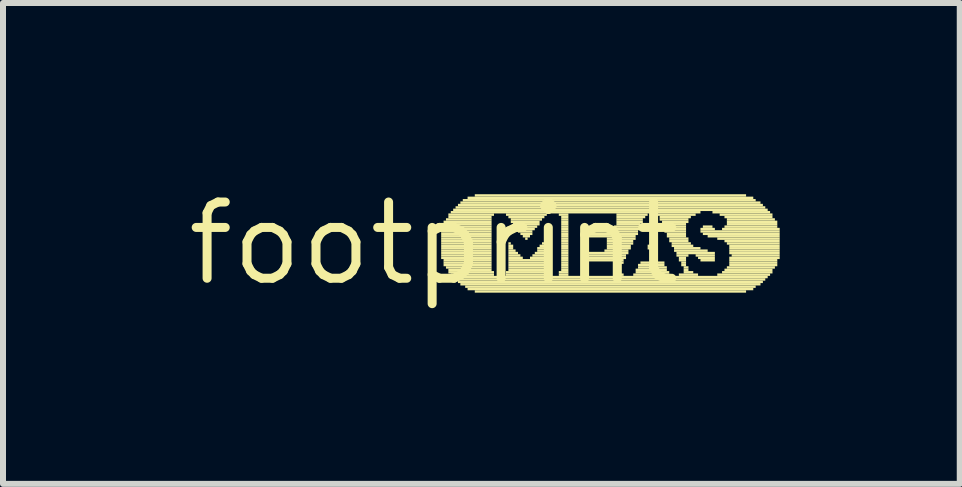
<source format=kicad_pcb>
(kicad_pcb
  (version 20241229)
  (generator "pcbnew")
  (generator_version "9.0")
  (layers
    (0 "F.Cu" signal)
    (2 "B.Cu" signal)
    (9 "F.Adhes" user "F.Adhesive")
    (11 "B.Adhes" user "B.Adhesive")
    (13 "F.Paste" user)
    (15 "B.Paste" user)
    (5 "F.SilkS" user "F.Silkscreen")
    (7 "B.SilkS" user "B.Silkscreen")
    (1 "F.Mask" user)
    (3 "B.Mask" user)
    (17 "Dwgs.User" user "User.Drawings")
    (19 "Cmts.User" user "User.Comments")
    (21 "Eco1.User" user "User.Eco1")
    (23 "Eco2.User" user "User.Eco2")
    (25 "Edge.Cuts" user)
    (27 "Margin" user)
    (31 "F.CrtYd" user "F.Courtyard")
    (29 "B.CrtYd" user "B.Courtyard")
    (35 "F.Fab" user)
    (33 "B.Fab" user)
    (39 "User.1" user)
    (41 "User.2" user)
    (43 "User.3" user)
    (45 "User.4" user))
  (footprint "footprint"
    (layer "F.Cu")
    (at 4.18 1.006)
    (property "Reference" "footprint" (at 0 0 0) (layer "F.SilkS") (effects (font (size 1.27 1.27) (thickness 0.15))))
    (fp_poly (pts (xy 0.12 -0.22) (xy 0.96 -0.22) (xy 0.96 -0.26) (xy 0.12 -0.26)) (stroke (width 0) (type solid)) (fill yes) (layer "F.SilkS"))
    (fp_poly (pts (xy 0.12 -0.18) (xy 0.96 -0.18) (xy 0.96 -0.22) (xy 0.12 -0.22)) (stroke (width 0) (type solid)) (fill yes) (layer "F.SilkS"))
    (fp_poly (pts (xy 0.12 -0.14) (xy 0.96 -0.14) (xy 0.96 -0.18) (xy 0.12 -0.18)) (stroke (width 0) (type solid)) (fill yes) (layer "F.SilkS"))
    (fp_poly (pts (xy 0.12 -0.1) (xy 0.96 -0.1) (xy 0.96 -0.14) (xy 0.12 -0.14)) (stroke (width 0) (type solid)) (fill yes) (layer "F.SilkS"))
    (fp_poly (pts (xy 0.12 -0.06) (xy 0.96 -0.06) (xy 0.96 -0.1) (xy 0.12 -0.1)) (stroke (width 0) (type solid)) (fill yes) (layer "F.SilkS"))
    (fp_poly (pts (xy 0.12 -0.02) (xy 0.96 -0.02) (xy 0.96 -0.06) (xy 0.12 -0.06)) (stroke (width 0) (type solid)) (fill yes) (layer "F.SilkS"))
    (fp_poly (pts (xy 0.12 0.02) (xy 0.96 0.02) (xy 0.96 -0.02) (xy 0.12 -0.02)) (stroke (width 0) (type solid)) (fill yes) (layer "F.SilkS"))
    (fp_poly (pts (xy 0.12 0.06) (xy 0.96 0.06) (xy 0.96 0.02) (xy 0.12 0.02)) (stroke (width 0) (type solid)) (fill yes) (layer "F.SilkS"))
    (fp_poly (pts (xy 0.12 0.1) (xy 0.96 0.1) (xy 0.96 0.06) (xy 0.12 0.06)) (stroke (width 0) (type solid)) (fill yes) (layer "F.SilkS"))
    (fp_poly (pts (xy 0.12 0.14) (xy 0.96 0.14) (xy 0.96 0.1) (xy 0.12 0.1)) (stroke (width 0) (type solid)) (fill yes) (layer "F.SilkS"))
    (fp_poly (pts (xy 0.12 0.18) (xy 0.96 0.18) (xy 0.96 0.14) (xy 0.12 0.14)) (stroke (width 0) (type solid)) (fill yes) (layer "F.SilkS"))
    (fp_poly (pts (xy 0.12 0.22) (xy 0.96 0.22) (xy 0.96 0.18) (xy 0.12 0.18)) (stroke (width 0) (type solid)) (fill yes) (layer "F.SilkS"))
    (fp_poly (pts (xy 0.12 0.26) (xy 0.96 0.26) (xy 0.96 0.22) (xy 0.12 0.22)) (stroke (width 0) (type solid)) (fill yes) (layer "F.SilkS"))
    (fp_poly (pts (xy 0.16 -0.34) (xy 0.96 -0.34) (xy 0.96 -0.38) (xy 0.16 -0.38)) (stroke (width 0) (type solid)) (fill yes) (layer "F.SilkS"))
    (fp_poly (pts (xy 0.16 -0.3) (xy 0.96 -0.3) (xy 0.96 -0.34) (xy 0.16 -0.34)) (stroke (width 0) (type solid)) (fill yes) (layer "F.SilkS"))
    (fp_poly (pts (xy 0.16 -0.26) (xy 0.96 -0.26) (xy 0.96 -0.3) (xy 0.16 -0.3)) (stroke (width 0) (type solid)) (fill yes) (layer "F.SilkS"))
    (fp_poly (pts (xy 0.16 0.3) (xy 0.96 0.3) (xy 0.96 0.26) (xy 0.16 0.26)) (stroke (width 0) (type solid)) (fill yes) (layer "F.SilkS"))
    (fp_poly (pts (xy 0.16 0.34) (xy 0.96 0.34) (xy 0.96 0.3) (xy 0.16 0.3)) (stroke (width 0) (type solid)) (fill yes) (layer "F.SilkS"))
    (fp_poly (pts (xy 0.16 0.38) (xy 0.96 0.38) (xy 0.96 0.34) (xy 0.16 0.34)) (stroke (width 0) (type solid)) (fill yes) (layer "F.SilkS"))
    (fp_poly (pts (xy 0.2 -0.38) (xy 0.96 -0.38) (xy 0.96 -0.42) (xy 0.2 -0.42)) (stroke (width 0) (type solid)) (fill yes) (layer "F.SilkS"))
    (fp_poly (pts (xy 0.2 0.42) (xy 0.96 0.42) (xy 0.96 0.38) (xy 0.2 0.38)) (stroke (width 0) (type solid)) (fill yes) (layer "F.SilkS"))
    (fp_poly (pts (xy 0.24 -0.46) (xy 1 -0.46) (xy 1 -0.5) (xy 0.24 -0.5)) (stroke (width 0) (type solid)) (fill yes) (layer "F.SilkS"))
    (fp_poly (pts (xy 0.24 -0.42) (xy 0.96 -0.42) (xy 0.96 -0.46) (xy 0.24 -0.46)) (stroke (width 0) (type solid)) (fill yes) (layer "F.SilkS"))
    (fp_poly (pts (xy 0.24 0.46) (xy 0.96 0.46) (xy 0.96 0.42) (xy 0.24 0.42)) (stroke (width 0) (type solid)) (fill yes) (layer "F.SilkS"))
    (fp_poly (pts (xy 0.24 0.5) (xy 1 0.5) (xy 1 0.46) (xy 0.24 0.46)) (stroke (width 0) (type solid)) (fill yes) (layer "F.SilkS"))
    (fp_poly (pts (xy 0.28 -0.5) (xy 4.44 -0.5) (xy 4.44 -0.54) (xy 0.28 -0.54)) (stroke (width 0) (type solid)) (fill yes) (layer "F.SilkS"))
    (fp_poly (pts (xy 0.28 0.54) (xy 1 0.54) (xy 1 0.5) (xy 0.28 0.5)) (stroke (width 0) (type solid)) (fill yes) (layer "F.SilkS"))
    (fp_poly (pts (xy 0.32 -0.54) (xy 5.56 -0.54) (xy 5.56 -0.58) (xy 0.32 -0.58)) (stroke (width 0) (type solid)) (fill yes) (layer "F.SilkS"))
    (fp_poly (pts (xy 0.32 0.58) (xy 5.56 0.58) (xy 5.56 0.54) (xy 0.32 0.54)) (stroke (width 0) (type solid)) (fill yes) (layer "F.SilkS"))
    (fp_poly (pts (xy 0.36 -0.58) (xy 5.52 -0.58) (xy 5.52 -0.62) (xy 0.36 -0.62)) (stroke (width 0) (type solid)) (fill yes) (layer "F.SilkS"))
    (fp_poly (pts (xy 0.36 0.62) (xy 5.52 0.62) (xy 5.52 0.58) (xy 0.36 0.58)) (stroke (width 0) (type solid)) (fill yes) (layer "F.SilkS"))
    (fp_poly (pts (xy 0.4 -0.62) (xy 5.48 -0.62) (xy 5.48 -0.66) (xy 0.4 -0.66)) (stroke (width 0) (type solid)) (fill yes) (layer "F.SilkS"))
    (fp_poly (pts (xy 0.4 0.66) (xy 5.48 0.66) (xy 5.48 0.62) (xy 0.4 0.62)) (stroke (width 0) (type solid)) (fill yes) (layer "F.SilkS"))
    (fp_poly (pts (xy 0.44 -0.66) (xy 5.44 -0.66) (xy 5.44 -0.7) (xy 0.44 -0.7)) (stroke (width 0) (type solid)) (fill yes) (layer "F.SilkS"))
    (fp_poly (pts (xy 0.44 0.7) (xy 5.44 0.7) (xy 5.44 0.66) (xy 0.44 0.66)) (stroke (width 0) (type solid)) (fill yes) (layer "F.SilkS"))
    (fp_poly (pts (xy 0.48 -0.7) (xy 5.36 -0.7) (xy 5.36 -0.74) (xy 0.48 -0.74)) (stroke (width 0) (type solid)) (fill yes) (layer "F.SilkS"))
    (fp_poly (pts (xy 0.52 0.74) (xy 5.36 0.74) (xy 5.36 0.7) (xy 0.52 0.7)) (stroke (width 0) (type solid)) (fill yes) (layer "F.SilkS"))
    (fp_poly (pts (xy 0.56 -0.74) (xy 5.32 -0.74) (xy 5.32 -0.78) (xy 0.56 -0.78)) (stroke (width 0) (type solid)) (fill yes) (layer "F.SilkS"))
    (fp_poly (pts (xy 0.56 0.78) (xy 5.32 0.78) (xy 5.32 0.74) (xy 0.56 0.74)) (stroke (width 0) (type solid)) (fill yes) (layer "F.SilkS"))
    (fp_poly (pts (xy 0.68 -0.78) (xy 5.2 -0.78) (xy 5.2 -0.82) (xy 0.68 -0.82)) (stroke (width 0) (type solid)) (fill yes) (layer "F.SilkS"))
    (fp_poly (pts (xy 0.68 0.82) (xy 5.2 0.82) (xy 5.2 0.78) (xy 0.68 0.78)) (stroke (width 0) (type solid)) (fill yes) (layer "F.SilkS"))
    (fp_poly (pts (xy 1.2 -0.46) (xy 1.88 -0.46) (xy 1.88 -0.5) (xy 1.2 -0.5)) (stroke (width 0) (type solid)) (fill yes) (layer "F.SilkS"))
    (fp_poly (pts (xy 1.2 0.5) (xy 1.88 0.5) (xy 1.88 0.46) (xy 1.2 0.46)) (stroke (width 0) (type solid)) (fill yes) (layer "F.SilkS"))
    (fp_poly (pts (xy 1.2 0.54) (xy 1.88 0.54) (xy 1.88 0.5) (xy 1.2 0.5)) (stroke (width 0) (type solid)) (fill yes) (layer "F.SilkS"))
    (fp_poly (pts (xy 1.24 -0.42) (xy 1.84 -0.42) (xy 1.84 -0.46) (xy 1.24 -0.46)) (stroke (width 0) (type solid)) (fill yes) (layer "F.SilkS"))
    (fp_poly (pts (xy 1.24 0.02) (xy 1.28 0.02) (xy 1.28 -0.02) (xy 1.24 -0.02)) (stroke (width 0) (type solid)) (fill yes) (layer "F.SilkS"))
    (fp_poly (pts (xy 1.24 0.06) (xy 1.32 0.06) (xy 1.32 0.02) (xy 1.24 0.02)) (stroke (width 0) (type solid)) (fill yes) (layer "F.SilkS"))
    (fp_poly (pts (xy 1.24 0.1) (xy 1.32 0.1) (xy 1.32 0.06) (xy 1.24 0.06)) (stroke (width 0) (type solid)) (fill yes) (layer "F.SilkS"))
    (fp_poly (pts (xy 1.24 0.14) (xy 1.36 0.14) (xy 1.36 0.1) (xy 1.24 0.1)) (stroke (width 0) (type solid)) (fill yes) (layer "F.SilkS"))
    (fp_poly (pts (xy 1.24 0.18) (xy 1.4 0.18) (xy 1.4 0.14) (xy 1.24 0.14)) (stroke (width 0) (type solid)) (fill yes) (layer "F.SilkS"))
    (fp_poly (pts (xy 1.24 0.22) (xy 1.44 0.22) (xy 1.44 0.18) (xy 1.24 0.18)) (stroke (width 0) (type solid)) (fill yes) (layer "F.SilkS"))
    (fp_poly (pts (xy 1.24 0.26) (xy 1.48 0.26) (xy 1.48 0.22) (xy 1.24 0.22)) (stroke (width 0) (type solid)) (fill yes) (layer "F.SilkS"))
    (fp_poly (pts (xy 1.24 0.3) (xy 1.84 0.3) (xy 1.84 0.26) (xy 1.24 0.26)) (stroke (width 0) (type solid)) (fill yes) (layer "F.SilkS"))
    (fp_poly (pts (xy 1.24 0.34) (xy 1.84 0.34) (xy 1.84 0.3) (xy 1.24 0.3)) (stroke (width 0) (type solid)) (fill yes) (layer "F.SilkS"))
    (fp_poly (pts (xy 1.24 0.38) (xy 1.84 0.38) (xy 1.84 0.34) (xy 1.24 0.34)) (stroke (width 0) (type solid)) (fill yes) (layer "F.SilkS"))
    (fp_poly (pts (xy 1.24 0.42) (xy 1.84 0.42) (xy 1.84 0.38) (xy 1.24 0.38)) (stroke (width 0) (type solid)) (fill yes) (layer "F.SilkS"))
    (fp_poly (pts (xy 1.24 0.46) (xy 1.84 0.46) (xy 1.84 0.42) (xy 1.24 0.42)) (stroke (width 0) (type solid)) (fill yes) (layer "F.SilkS"))
    (fp_poly (pts (xy 1.28 -0.38) (xy 1.8 -0.38) (xy 1.8 -0.42) (xy 1.28 -0.42)) (stroke (width 0) (type solid)) (fill yes) (layer "F.SilkS"))
    (fp_poly (pts (xy 1.28 -0.34) (xy 1.76 -0.34) (xy 1.76 -0.38) (xy 1.28 -0.38)) (stroke (width 0) (type solid)) (fill yes) (layer "F.SilkS"))
    (fp_poly (pts (xy 1.32 -0.3) (xy 1.76 -0.3) (xy 1.76 -0.34) (xy 1.32 -0.34)) (stroke (width 0) (type solid)) (fill yes) (layer "F.SilkS"))
    (fp_poly (pts (xy 1.36 -0.26) (xy 1.72 -0.26) (xy 1.72 -0.3) (xy 1.36 -0.3)) (stroke (width 0) (type solid)) (fill yes) (layer "F.SilkS"))
    (fp_poly (pts (xy 1.4 -0.22) (xy 1.68 -0.22) (xy 1.68 -0.26) (xy 1.4 -0.26)) (stroke (width 0) (type solid)) (fill yes) (layer "F.SilkS"))
    (fp_poly (pts (xy 1.4 -0.18) (xy 1.64 -0.18) (xy 1.64 -0.22) (xy 1.4 -0.22)) (stroke (width 0) (type solid)) (fill yes) (layer "F.SilkS"))
    (fp_poly (pts (xy 1.44 -0.14) (xy 1.64 -0.14) (xy 1.64 -0.18) (xy 1.44 -0.18)) (stroke (width 0) (type solid)) (fill yes) (layer "F.SilkS"))
    (fp_poly (pts (xy 1.48 -0.1) (xy 1.6 -0.1) (xy 1.6 -0.14) (xy 1.48 -0.14)) (stroke (width 0) (type solid)) (fill yes) (layer "F.SilkS"))
    (fp_poly (pts (xy 1.52 -0.06) (xy 1.56 -0.06) (xy 1.56 -0.1) (xy 1.52 -0.1)) (stroke (width 0) (type solid)) (fill yes) (layer "F.SilkS"))
    (fp_poly (pts (xy 1.6 0.26) (xy 1.84 0.26) (xy 1.84 0.22) (xy 1.6 0.22)) (stroke (width 0) (type solid)) (fill yes) (layer "F.SilkS"))
    (fp_poly (pts (xy 1.64 0.22) (xy 1.84 0.22) (xy 1.84 0.18) (xy 1.64 0.18)) (stroke (width 0) (type solid)) (fill yes) (layer "F.SilkS"))
    (fp_poly (pts (xy 1.68 0.18) (xy 1.84 0.18) (xy 1.84 0.14) (xy 1.68 0.14)) (stroke (width 0) (type solid)) (fill yes) (layer "F.SilkS"))
    (fp_poly (pts (xy 1.72 0.1) (xy 1.84 0.1) (xy 1.84 0.06) (xy 1.72 0.06)) (stroke (width 0) (type solid)) (fill yes) (layer "F.SilkS"))
    (fp_poly (pts (xy 1.72 0.14) (xy 1.84 0.14) (xy 1.84 0.1) (xy 1.72 0.1)) (stroke (width 0) (type solid)) (fill yes) (layer "F.SilkS"))
    (fp_poly (pts (xy 1.76 0.06) (xy 1.84 0.06) (xy 1.84 0.02) (xy 1.76 0.02)) (stroke (width 0) (type solid)) (fill yes) (layer "F.SilkS"))
    (fp_poly (pts (xy 1.8 0.02) (xy 1.84 0.02) (xy 1.84 -0.02) (xy 1.8 -0.02)) (stroke (width 0) (type solid)) (fill yes) (layer "F.SilkS"))
    (fp_poly (pts (xy 2.08 -0.46) (xy 2.24 -0.46) (xy 2.24 -0.5) (xy 2.08 -0.5)) (stroke (width 0) (type solid)) (fill yes) (layer "F.SilkS"))
    (fp_poly (pts (xy 2.08 0.5) (xy 2.24 0.5) (xy 2.24 0.46) (xy 2.08 0.46)) (stroke (width 0) (type solid)) (fill yes) (layer "F.SilkS"))
    (fp_poly (pts (xy 2.08 0.54) (xy 2.24 0.54) (xy 2.24 0.5) (xy 2.08 0.5)) (stroke (width 0) (type solid)) (fill yes) (layer "F.SilkS"))
    (fp_poly (pts (xy 2.12 -0.42) (xy 2.24 -0.42) (xy 2.24 -0.46) (xy 2.12 -0.46)) (stroke (width 0) (type solid)) (fill yes) (layer "F.SilkS"))
    (fp_poly (pts (xy 2.12 -0.38) (xy 2.24 -0.38) (xy 2.24 -0.42) (xy 2.12 -0.42)) (stroke (width 0) (type solid)) (fill yes) (layer "F.SilkS"))
    (fp_poly (pts (xy 2.12 -0.34) (xy 2.24 -0.34) (xy 2.24 -0.38) (xy 2.12 -0.38)) (stroke (width 0) (type solid)) (fill yes) (layer "F.SilkS"))
    (fp_poly (pts (xy 2.12 -0.3) (xy 2.24 -0.3) (xy 2.24 -0.34) (xy 2.12 -0.34)) (stroke (width 0) (type solid)) (fill yes) (layer "F.SilkS"))
    (fp_poly (pts (xy 2.12 -0.26) (xy 2.24 -0.26) (xy 2.24 -0.3) (xy 2.12 -0.3)) (stroke (width 0) (type solid)) (fill yes) (layer "F.SilkS"))
    (fp_poly (pts (xy 2.12 -0.22) (xy 2.24 -0.22) (xy 2.24 -0.26) (xy 2.12 -0.26)) (stroke (width 0) (type solid)) (fill yes) (layer "F.SilkS"))
    (fp_poly (pts (xy 2.12 -0.18) (xy 2.24 -0.18) (xy 2.24 -0.22) (xy 2.12 -0.22)) (stroke (width 0) (type solid)) (fill yes) (layer "F.SilkS"))
    (fp_poly (pts (xy 2.12 -0.14) (xy 2.24 -0.14) (xy 2.24 -0.18) (xy 2.12 -0.18)) (stroke (width 0) (type solid)) (fill yes) (layer "F.SilkS"))
    (fp_poly (pts (xy 2.12 -0.1) (xy 2.24 -0.1) (xy 2.24 -0.14) (xy 2.12 -0.14)) (stroke (width 0) (type solid)) (fill yes) (layer "F.SilkS"))
    (fp_poly (pts (xy 2.12 -0.06) (xy 2.24 -0.06) (xy 2.24 -0.1) (xy 2.12 -0.1)) (stroke (width 0) (type solid)) (fill yes) (layer "F.SilkS"))
    (fp_poly (pts (xy 2.12 -0.02) (xy 2.24 -0.02) (xy 2.24 -0.06) (xy 2.12 -0.06)) (stroke (width 0) (type solid)) (fill yes) (layer "F.SilkS"))
    (fp_poly (pts (xy 2.12 0.02) (xy 2.24 0.02) (xy 2.24 -0.02) (xy 2.12 -0.02)) (stroke (width 0) (type solid)) (fill yes) (layer "F.SilkS"))
    (fp_poly (pts (xy 2.12 0.06) (xy 2.24 0.06) (xy 2.24 0.02) (xy 2.12 0.02)) (stroke (width 0) (type solid)) (fill yes) (layer "F.SilkS"))
    (fp_poly (pts (xy 2.12 0.1) (xy 2.24 0.1) (xy 2.24 0.06) (xy 2.12 0.06)) (stroke (width 0) (type solid)) (fill yes) (layer "F.SilkS"))
    (fp_poly (pts (xy 2.12 0.14) (xy 2.24 0.14) (xy 2.24 0.1) (xy 2.12 0.1)) (stroke (width 0) (type solid)) (fill yes) (layer "F.SilkS"))
    (fp_poly (pts (xy 2.12 0.18) (xy 2.24 0.18) (xy 2.24 0.14) (xy 2.12 0.14)) (stroke (width 0) (type solid)) (fill yes) (layer "F.SilkS"))
    (fp_poly (pts (xy 2.12 0.22) (xy 2.24 0.22) (xy 2.24 0.18) (xy 2.12 0.18)) (stroke (width 0) (type solid)) (fill yes) (layer "F.SilkS"))
    (fp_poly (pts (xy 2.12 0.26) (xy 2.24 0.26) (xy 2.24 0.22) (xy 2.12 0.22)) (stroke (width 0) (type solid)) (fill yes) (layer "F.SilkS"))
    (fp_poly (pts (xy 2.12 0.3) (xy 2.24 0.3) (xy 2.24 0.26) (xy 2.12 0.26)) (stroke (width 0) (type solid)) (fill yes) (layer "F.SilkS"))
    (fp_poly (pts (xy 2.12 0.34) (xy 2.24 0.34) (xy 2.24 0.3) (xy 2.12 0.3)) (stroke (width 0) (type solid)) (fill yes) (layer "F.SilkS"))
    (fp_poly (pts (xy 2.12 0.38) (xy 2.24 0.38) (xy 2.24 0.34) (xy 2.12 0.34)) (stroke (width 0) (type solid)) (fill yes) (layer "F.SilkS"))
    (fp_poly (pts (xy 2.12 0.42) (xy 2.24 0.42) (xy 2.24 0.38) (xy 2.12 0.38)) (stroke (width 0) (type solid)) (fill yes) (layer "F.SilkS"))
    (fp_poly (pts (xy 2.12 0.46) (xy 2.24 0.46) (xy 2.24 0.42) (xy 2.12 0.42)) (stroke (width 0) (type solid)) (fill yes) (layer "F.SilkS"))
    (fp_poly (pts (xy 2.48 -0.22) (xy 3.44 -0.22) (xy 3.44 -0.26) (xy 2.48 -0.26)) (stroke (width 0) (type solid)) (fill yes) (layer "F.SilkS"))
    (fp_poly (pts (xy 2.48 -0.18) (xy 3.4 -0.18) (xy 3.4 -0.22) (xy 2.48 -0.22)) (stroke (width 0) (type solid)) (fill yes) (layer "F.SilkS"))
    (fp_poly (pts (xy 2.48 -0.14) (xy 3.4 -0.14) (xy 3.4 -0.18) (xy 2.48 -0.18)) (stroke (width 0) (type solid)) (fill yes) (layer "F.SilkS"))
    (fp_poly (pts (xy 2.48 -0.1) (xy 3.36 -0.1) (xy 3.36 -0.14) (xy 2.48 -0.14)) (stroke (width 0) (type solid)) (fill yes) (layer "F.SilkS"))
    (fp_poly (pts (xy 2.48 0.18) (xy 3.24 0.18) (xy 3.24 0.14) (xy 2.48 0.14)) (stroke (width 0) (type solid)) (fill yes) (layer "F.SilkS"))
    (fp_poly (pts (xy 2.48 0.22) (xy 3.2 0.22) (xy 3.2 0.18) (xy 2.48 0.18)) (stroke (width 0) (type solid)) (fill yes) (layer "F.SilkS"))
    (fp_poly (pts (xy 2.48 0.26) (xy 3.2 0.26) (xy 3.2 0.22) (xy 2.48 0.22)) (stroke (width 0) (type solid)) (fill yes) (layer "F.SilkS"))
    (fp_poly (pts (xy 2.48 0.3) (xy 3.16 0.3) (xy 3.16 0.26) (xy 2.48 0.26)) (stroke (width 0) (type solid)) (fill yes) (layer "F.SilkS"))
    (fp_poly (pts (xy 2.84 0.14) (xy 3.24 0.14) (xy 3.24 0.1) (xy 2.84 0.1)) (stroke (width 0) (type solid)) (fill yes) (layer "F.SilkS"))
    (fp_poly (pts (xy 2.88 -0.06) (xy 3.36 -0.06) (xy 3.36 -0.1) (xy 2.88 -0.1)) (stroke (width 0) (type solid)) (fill yes) (layer "F.SilkS"))
    (fp_poly (pts (xy 2.88 -0.02) (xy 3.32 -0.02) (xy 3.32 -0.06) (xy 2.88 -0.06)) (stroke (width 0) (type solid)) (fill yes) (layer "F.SilkS"))
    (fp_poly (pts (xy 2.88 0.02) (xy 3.32 0.02) (xy 3.32 -0.02) (xy 2.88 -0.02)) (stroke (width 0) (type solid)) (fill yes) (layer "F.SilkS"))
    (fp_poly (pts (xy 2.88 0.06) (xy 3.28 0.06) (xy 3.28 0.02) (xy 2.88 0.02)) (stroke (width 0) (type solid)) (fill yes) (layer "F.SilkS"))
    (fp_poly (pts (xy 2.88 0.1) (xy 3.28 0.1) (xy 3.28 0.06) (xy 2.88 0.06)) (stroke (width 0) (type solid)) (fill yes) (layer "F.SilkS"))
    (fp_poly (pts (xy 3 -0.26) (xy 3.44 -0.26) (xy 3.44 -0.3) (xy 3 -0.3)) (stroke (width 0) (type solid)) (fill yes) (layer "F.SilkS"))
    (fp_poly (pts (xy 3 0.54) (xy 3.16 0.54) (xy 3.16 0.5) (xy 3 0.5)) (stroke (width 0) (type solid)) (fill yes) (layer "F.SilkS"))
    (fp_poly (pts (xy 3.04 -0.46) (xy 3.56 -0.46) (xy 3.56 -0.5) (xy 3.04 -0.5)) (stroke (width 0) (type solid)) (fill yes) (layer "F.SilkS"))
    (fp_poly (pts (xy 3.04 -0.42) (xy 3.52 -0.42) (xy 3.52 -0.46) (xy 3.04 -0.46)) (stroke (width 0) (type solid)) (fill yes) (layer "F.SilkS"))
    (fp_poly (pts (xy 3.04 -0.38) (xy 3.48 -0.38) (xy 3.48 -0.42) (xy 3.04 -0.42)) (stroke (width 0) (type solid)) (fill yes) (layer "F.SilkS"))
    (fp_poly (pts (xy 3.04 -0.34) (xy 3.48 -0.34) (xy 3.48 -0.38) (xy 3.04 -0.38)) (stroke (width 0) (type solid)) (fill yes) (layer "F.SilkS"))
    (fp_poly (pts (xy 3.04 -0.3) (xy 3.44 -0.3) (xy 3.44 -0.34) (xy 3.04 -0.34)) (stroke (width 0) (type solid)) (fill yes) (layer "F.SilkS"))
    (fp_poly (pts (xy 3.04 0.34) (xy 3.16 0.34) (xy 3.16 0.3) (xy 3.04 0.3)) (stroke (width 0) (type solid)) (fill yes) (layer "F.SilkS"))
    (fp_poly (pts (xy 3.04 0.38) (xy 3.12 0.38) (xy 3.12 0.34) (xy 3.04 0.34)) (stroke (width 0) (type solid)) (fill yes) (layer "F.SilkS"))
    (fp_poly (pts (xy 3.04 0.42) (xy 3.12 0.42) (xy 3.12 0.38) (xy 3.04 0.38)) (stroke (width 0) (type solid)) (fill yes) (layer "F.SilkS"))
    (fp_poly (pts (xy 3.04 0.46) (xy 3.12 0.46) (xy 3.12 0.42) (xy 3.04 0.42)) (stroke (width 0) (type solid)) (fill yes) (layer "F.SilkS"))
    (fp_poly (pts (xy 3.04 0.5) (xy 3.12 0.5) (xy 3.12 0.46) (xy 3.04 0.46)) (stroke (width 0) (type solid)) (fill yes) (layer "F.SilkS"))
    (fp_poly (pts (xy 3.32 0.54) (xy 3.92 0.54) (xy 3.92 0.5) (xy 3.32 0.5)) (stroke (width 0) (type solid)) (fill yes) (layer "F.SilkS"))
    (fp_poly (pts (xy 3.36 0.46) (xy 3.88 0.46) (xy 3.88 0.42) (xy 3.36 0.42)) (stroke (width 0) (type solid)) (fill yes) (layer "F.SilkS"))
    (fp_poly (pts (xy 3.36 0.5) (xy 3.92 0.5) (xy 3.92 0.46) (xy 3.36 0.46)) (stroke (width 0) (type solid)) (fill yes) (layer "F.SilkS"))
    (fp_poly (pts (xy 3.4 0.38) (xy 3.84 0.38) (xy 3.84 0.34) (xy 3.4 0.34)) (stroke (width 0) (type solid)) (fill yes) (layer "F.SilkS"))
    (fp_poly (pts (xy 3.4 0.42) (xy 3.88 0.42) (xy 3.88 0.38) (xy 3.4 0.38)) (stroke (width 0) (type solid)) (fill yes) (layer "F.SilkS"))
    (fp_poly (pts (xy 3.44 0.34) (xy 3.84 0.34) (xy 3.84 0.3) (xy 3.44 0.3)) (stroke (width 0) (type solid)) (fill yes) (layer "F.SilkS"))
    (fp_poly (pts (xy 3.56 0.06) (xy 3.68 0.06) (xy 3.68 0.02) (xy 3.56 0.02)) (stroke (width 0) (type solid)) (fill yes) (layer "F.SilkS"))
    (fp_poly (pts (xy 3.56 0.1) (xy 3.72 0.1) (xy 3.72 0.06) (xy 3.56 0.06)) (stroke (width 0) (type solid)) (fill yes) (layer "F.SilkS"))
    (fp_poly (pts (xy 3.6 -0.02) (xy 3.68 -0.02) (xy 3.68 -0.06) (xy 3.6 -0.06)) (stroke (width 0) (type solid)) (fill yes) (layer "F.SilkS"))
    (fp_poly (pts (xy 3.6 0.02) (xy 3.68 0.02) (xy 3.68 -0.02) (xy 3.6 -0.02)) (stroke (width 0) (type solid)) (fill yes) (layer "F.SilkS"))
    (fp_poly (pts (xy 3.72 -0.46) (xy 4.36 -0.46) (xy 4.36 -0.5) (xy 3.72 -0.5)) (stroke (width 0) (type solid)) (fill yes) (layer "F.SilkS"))
    (fp_poly (pts (xy 3.76 -0.42) (xy 4.28 -0.42) (xy 4.28 -0.46) (xy 3.76 -0.46)) (stroke (width 0) (type solid)) (fill yes) (layer "F.SilkS"))
    (fp_poly (pts (xy 3.76 -0.38) (xy 4.24 -0.38) (xy 4.24 -0.42) (xy 3.76 -0.42)) (stroke (width 0) (type solid)) (fill yes) (layer "F.SilkS"))
    (fp_poly (pts (xy 3.8 -0.34) (xy 4.24 -0.34) (xy 4.24 -0.38) (xy 3.8 -0.38)) (stroke (width 0) (type solid)) (fill yes) (layer "F.SilkS"))
    (fp_poly (pts (xy 3.8 -0.3) (xy 4.2 -0.3) (xy 4.2 -0.34) (xy 3.8 -0.34)) (stroke (width 0) (type solid)) (fill yes) (layer "F.SilkS"))
    (fp_poly (pts (xy 3.84 -0.26) (xy 4.2 -0.26) (xy 4.2 -0.3) (xy 3.84 -0.3)) (stroke (width 0) (type solid)) (fill yes) (layer "F.SilkS"))
    (fp_poly (pts (xy 3.84 -0.22) (xy 4.2 -0.22) (xy 4.2 -0.26) (xy 3.84 -0.26)) (stroke (width 0) (type solid)) (fill yes) (layer "F.SilkS"))
    (fp_poly (pts (xy 3.84 -0.18) (xy 4.2 -0.18) (xy 4.2 -0.22) (xy 3.84 -0.22)) (stroke (width 0) (type solid)) (fill yes) (layer "F.SilkS"))
    (fp_poly (pts (xy 3.88 -0.14) (xy 4.2 -0.14) (xy 4.2 -0.18) (xy 3.88 -0.18)) (stroke (width 0) (type solid)) (fill yes) (layer "F.SilkS"))
    (fp_poly (pts (xy 3.88 -0.1) (xy 4.2 -0.1) (xy 4.2 -0.14) (xy 3.88 -0.14)) (stroke (width 0) (type solid)) (fill yes) (layer "F.SilkS"))
    (fp_poly (pts (xy 3.92 -0.06) (xy 4.24 -0.06) (xy 4.24 -0.1) (xy 3.92 -0.1)) (stroke (width 0) (type solid)) (fill yes) (layer "F.SilkS"))
    (fp_poly (pts (xy 3.92 -0.02) (xy 4.24 -0.02) (xy 4.24 -0.06) (xy 3.92 -0.06)) (stroke (width 0) (type solid)) (fill yes) (layer "F.SilkS"))
    (fp_poly (pts (xy 3.96 0.02) (xy 4.28 0.02) (xy 4.28 -0.02) (xy 3.96 -0.02)) (stroke (width 0) (type solid)) (fill yes) (layer "F.SilkS"))
    (fp_poly (pts (xy 3.96 0.06) (xy 4.32 0.06) (xy 4.32 0.02) (xy 3.96 0.02)) (stroke (width 0) (type solid)) (fill yes) (layer "F.SilkS"))
    (fp_poly (pts (xy 4 0.1) (xy 4.44 0.1) (xy 4.44 0.06) (xy 4 0.06)) (stroke (width 0) (type solid)) (fill yes) (layer "F.SilkS"))
    (fp_poly (pts (xy 4 0.14) (xy 4.56 0.14) (xy 4.56 0.1) (xy 4 0.1)) (stroke (width 0) (type solid)) (fill yes) (layer "F.SilkS"))
    (fp_poly (pts (xy 4.04 0.18) (xy 4.68 0.18) (xy 4.68 0.14) (xy 4.04 0.14)) (stroke (width 0) (type solid)) (fill yes) (layer "F.SilkS"))
    (fp_poly (pts (xy 4.04 0.22) (xy 4.24 0.22) (xy 4.24 0.18) (xy 4.04 0.18)) (stroke (width 0) (type solid)) (fill yes) (layer "F.SilkS"))
    (fp_poly (pts (xy 4.08 0.26) (xy 4.2 0.26) (xy 4.2 0.22) (xy 4.08 0.22)) (stroke (width 0) (type solid)) (fill yes) (layer "F.SilkS"))
    (fp_poly (pts (xy 4.08 0.3) (xy 4.2 0.3) (xy 4.2 0.26) (xy 4.08 0.26)) (stroke (width 0) (type solid)) (fill yes) (layer "F.SilkS"))
    (fp_poly (pts (xy 4.08 0.54) (xy 4.4 0.54) (xy 4.4 0.5) (xy 4.08 0.5)) (stroke (width 0) (type solid)) (fill yes) (layer "F.SilkS"))
    (fp_poly (pts (xy 4.12 0.34) (xy 4.2 0.34) (xy 4.2 0.3) (xy 4.12 0.3)) (stroke (width 0) (type solid)) (fill yes) (layer "F.SilkS"))
    (fp_poly (pts (xy 4.12 0.38) (xy 4.2 0.38) (xy 4.2 0.34) (xy 4.12 0.34)) (stroke (width 0) (type solid)) (fill yes) (layer "F.SilkS"))
    (fp_poly (pts (xy 4.16 0.42) (xy 4.24 0.42) (xy 4.24 0.38) (xy 4.16 0.38)) (stroke (width 0) (type solid)) (fill yes) (layer "F.SilkS"))
    (fp_poly (pts (xy 4.16 0.46) (xy 4.24 0.46) (xy 4.24 0.42) (xy 4.16 0.42)) (stroke (width 0) (type solid)) (fill yes) (layer "F.SilkS"))
    (fp_poly (pts (xy 4.16 0.5) (xy 4.32 0.5) (xy 4.32 0.46) (xy 4.16 0.46)) (stroke (width 0) (type solid)) (fill yes) (layer "F.SilkS"))
    (fp_poly (pts (xy 4.36 0.22) (xy 4.68 0.22) (xy 4.68 0.18) (xy 4.36 0.18)) (stroke (width 0) (type solid)) (fill yes) (layer "F.SilkS"))
    (fp_poly (pts (xy 4.4 0.26) (xy 4.68 0.26) (xy 4.68 0.22) (xy 4.4 0.22)) (stroke (width 0) (type solid)) (fill yes) (layer "F.SilkS"))
    (fp_poly (pts (xy 4.44 -0.22) (xy 4.68 -0.22) (xy 4.68 -0.26) (xy 4.44 -0.26)) (stroke (width 0) (type solid)) (fill yes) (layer "F.SilkS"))
    (fp_poly (pts (xy 4.44 -0.18) (xy 5.76 -0.18) (xy 5.76 -0.22) (xy 4.44 -0.22)) (stroke (width 0) (type solid)) (fill yes) (layer "F.SilkS"))
    (fp_poly (pts (xy 4.44 0.3) (xy 4.68 0.3) (xy 4.68 0.26) (xy 4.44 0.26)) (stroke (width 0) (type solid)) (fill yes) (layer "F.SilkS"))
    (fp_poly (pts (xy 4.48 -0.26) (xy 4.64 -0.26) (xy 4.64 -0.3) (xy 4.48 -0.3)) (stroke (width 0) (type solid)) (fill yes) (layer "F.SilkS"))
    (fp_poly (pts (xy 4.48 -0.14) (xy 5.76 -0.14) (xy 5.76 -0.18) (xy 4.48 -0.18)) (stroke (width 0) (type solid)) (fill yes) (layer "F.SilkS"))
    (fp_poly (pts (xy 4.56 -0.1) (xy 5.76 -0.1) (xy 5.76 -0.14) (xy 4.56 -0.14)) (stroke (width 0) (type solid)) (fill yes) (layer "F.SilkS"))
    (fp_poly (pts (xy 4.64 -0.5) (xy 5.6 -0.5) (xy 5.6 -0.54) (xy 4.64 -0.54)) (stroke (width 0) (type solid)) (fill yes) (layer "F.SilkS"))
    (fp_poly (pts (xy 4.72 -0.06) (xy 5.76 -0.06) (xy 5.76 -0.1) (xy 4.72 -0.1)) (stroke (width 0) (type solid)) (fill yes) (layer "F.SilkS"))
    (fp_poly (pts (xy 4.72 0.54) (xy 5.6 0.54) (xy 5.6 0.5) (xy 4.72 0.5)) (stroke (width 0) (type solid)) (fill yes) (layer "F.SilkS"))
    (fp_poly (pts (xy 4.76 -0.46) (xy 5.64 -0.46) (xy 5.64 -0.5) (xy 4.76 -0.5)) (stroke (width 0) (type solid)) (fill yes) (layer "F.SilkS"))
    (fp_poly (pts (xy 4.8 -0.22) (xy 5.76 -0.22) (xy 5.76 -0.26) (xy 4.8 -0.26)) (stroke (width 0) (type solid)) (fill yes) (layer "F.SilkS"))
    (fp_poly (pts (xy 4.8 0.5) (xy 5.64 0.5) (xy 5.64 0.46) (xy 4.8 0.46)) (stroke (width 0) (type solid)) (fill yes) (layer "F.SilkS"))
    (fp_poly (pts (xy 4.84 -0.42) (xy 5.64 -0.42) (xy 5.64 -0.46) (xy 4.84 -0.46)) (stroke (width 0) (type solid)) (fill yes) (layer "F.SilkS"))
    (fp_poly (pts (xy 4.84 -0.26) (xy 5.72 -0.26) (xy 5.72 -0.3) (xy 4.84 -0.3)) (stroke (width 0) (type solid)) (fill yes) (layer "F.SilkS"))
    (fp_poly (pts (xy 4.84 -0.02) (xy 5.76 -0.02) (xy 5.76 -0.06) (xy 4.84 -0.06)) (stroke (width 0) (type solid)) (fill yes) (layer "F.SilkS"))
    (fp_poly (pts (xy 4.84 0.46) (xy 5.64 0.46) (xy 5.64 0.42) (xy 4.84 0.42)) (stroke (width 0) (type solid)) (fill yes) (layer "F.SilkS"))
    (fp_poly (pts (xy 4.88 -0.38) (xy 5.68 -0.38) (xy 5.68 -0.42) (xy 4.88 -0.42)) (stroke (width 0) (type solid)) (fill yes) (layer "F.SilkS"))
    (fp_poly (pts (xy 4.88 -0.34) (xy 5.72 -0.34) (xy 5.72 -0.38) (xy 4.88 -0.38)) (stroke (width 0) (type solid)) (fill yes) (layer "F.SilkS"))
    (fp_poly (pts (xy 4.88 -0.3) (xy 5.72 -0.3) (xy 5.72 -0.34) (xy 4.88 -0.34)) (stroke (width 0) (type solid)) (fill yes) (layer "F.SilkS"))
    (fp_poly (pts (xy 4.88 0.02) (xy 5.76 0.02) (xy 5.76 -0.02) (xy 4.88 -0.02)) (stroke (width 0) (type solid)) (fill yes) (layer "F.SilkS"))
    (fp_poly (pts (xy 4.88 0.42) (xy 5.68 0.42) (xy 5.68 0.38) (xy 4.88 0.38)) (stroke (width 0) (type solid)) (fill yes) (layer "F.SilkS"))
    (fp_poly (pts (xy 4.92 0.06) (xy 5.76 0.06) (xy 5.76 0.02) (xy 4.92 0.02)) (stroke (width 0) (type solid)) (fill yes) (layer "F.SilkS"))
    (fp_poly (pts (xy 4.92 0.1) (xy 5.76 0.1) (xy 5.76 0.06) (xy 4.92 0.06)) (stroke (width 0) (type solid)) (fill yes) (layer "F.SilkS"))
    (fp_poly (pts (xy 4.92 0.14) (xy 5.76 0.14) (xy 5.76 0.1) (xy 4.92 0.1)) (stroke (width 0) (type solid)) (fill yes) (layer "F.SilkS"))
    (fp_poly (pts (xy 4.92 0.18) (xy 5.76 0.18) (xy 5.76 0.14) (xy 4.92 0.14)) (stroke (width 0) (type solid)) (fill yes) (layer "F.SilkS"))
    (fp_poly (pts (xy 4.92 0.26) (xy 5.76 0.26) (xy 5.76 0.22) (xy 4.92 0.22)) (stroke (width 0) (type solid)) (fill yes) (layer "F.SilkS"))
    (fp_poly (pts (xy 4.92 0.3) (xy 5.72 0.3) (xy 5.72 0.26) (xy 4.92 0.26)) (stroke (width 0) (type solid)) (fill yes) (layer "F.SilkS"))
    (fp_poly (pts (xy 4.92 0.34) (xy 5.72 0.34) (xy 5.72 0.3) (xy 4.92 0.3)) (stroke (width 0) (type solid)) (fill yes) (layer "F.SilkS"))
    (fp_poly (pts (xy 4.92 0.38) (xy 5.72 0.38) (xy 5.72 0.34) (xy 4.92 0.34)) (stroke (width 0) (type solid)) (fill yes) (layer "F.SilkS"))
    (fp_poly (pts (xy 4.96 0.22) (xy 5.76 0.22) (xy 5.76 0.18) (xy 4.96 0.18)) (stroke (width 0) (type solid)) (fill yes) (layer "F.SilkS")))
  (gr_rect
    (start -3 -3)
    (end 12.94 5.012)
    (stroke (width 0.1) (type default))
    (fill no)
    (layer "Edge.Cuts")))
</source>
